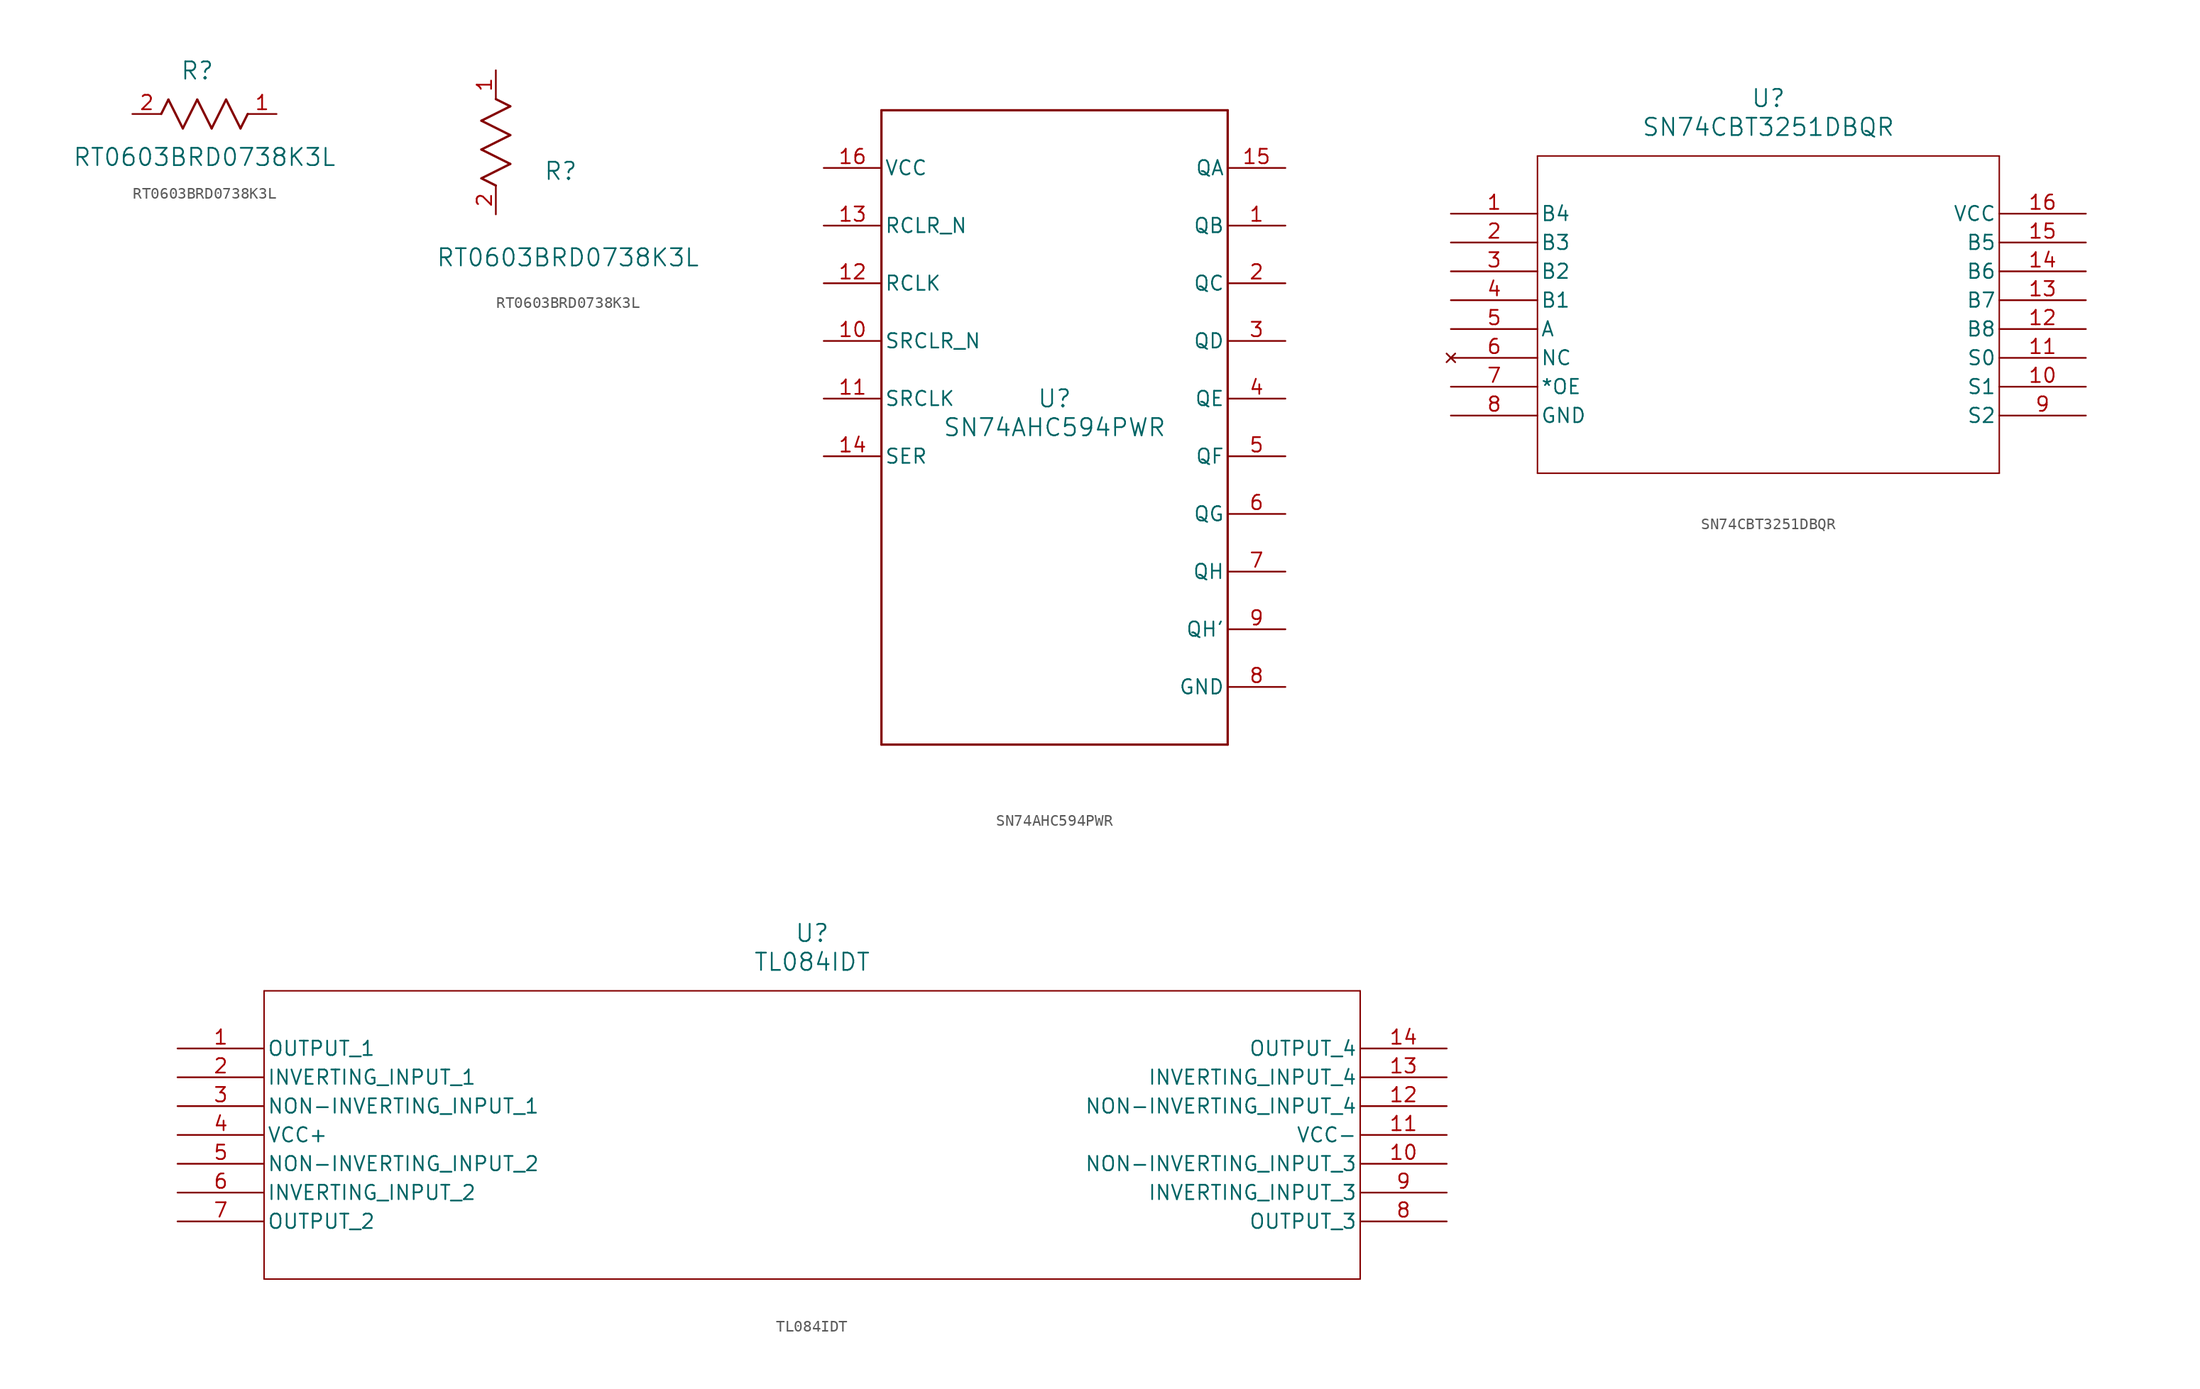
<source format=kicad_sym>
(kicad_symbol_lib
  (version 20231120)
  (generator "kicad_symbol_editor")
  (generator_version "8.0")
  (symbol "RT0603BRD0738K3L"
    (pin_names
      (offset 0.254))
    (property "Reference" "R"
      (at 5.715 3.81 0)
      (effects (font (size 1.524 1.524))))
    (property "Value" "RT0603BRD0738K3L"
      (at 6.35 -3.81 0)
      (effects (font (size 1.524 1.524))))
    (property "ki_locked" ""
      (at 0 0 0)
      (effects (font (size 1.27 1.27))))
    (symbol "RT0603BRD0738K3L_1_1"
      (polyline (pts (xy 2.54 0) (xy 3.175 1.27)) (stroke (width 0.203) (type default)) (fill (type none)))
      (polyline (pts (xy 3.175 1.27) (xy 4.445 -1.27)) (stroke (width 0.203) (type default)) (fill (type none)))
      (polyline (pts (xy 4.445 -1.27) (xy 5.715 1.27)) (stroke (width 0.203) (type default)) (fill (type none)))
      (polyline (pts (xy 5.715 1.27) (xy 6.985 -1.27)) (stroke (width 0.203) (type default)) (fill (type none)))
      (polyline (pts (xy 6.985 -1.27) (xy 8.255 1.27)) (stroke (width 0.203) (type default)) (fill (type none)))
      (polyline (pts (xy 8.255 1.27) (xy 9.525 -1.27)) (stroke (width 0.203) (type default)) (fill (type none)))
      (polyline (pts (xy 9.525 -1.27) (xy 10.16 0)) (stroke (width 0.203) (type default)) (fill (type none)))
      (pin unspecified line (at 12.7 0 180) (length 2.54) (name "" (effects (font (size 1.27 1.27)))) (number "1" (effects (font (size 1.27 1.27)))))
      (pin unspecified line (at 0 0 0) (length 2.54) (name "" (effects (font (size 1.27 1.27)))) (number "2" (effects (font (size 1.27 1.27))))))
    (symbol "RT0603BRD0738K3L_1_2"
      (polyline (pts (xy -1.27 3.175) (xy 1.27 4.445)) (stroke (width 0.203) (type default)) (fill (type none)))
      (polyline (pts (xy -1.27 5.715) (xy 1.27 6.985)) (stroke (width 0.203) (type default)) (fill (type none)))
      (polyline (pts (xy -1.27 8.255) (xy 1.27 9.525)) (stroke (width 0.203) (type default)) (fill (type none)))
      (polyline (pts (xy 0 2.54) (xy -1.27 3.175)) (stroke (width 0.203) (type default)) (fill (type none)))
      (polyline (pts (xy 1.27 4.445) (xy -1.27 5.715)) (stroke (width 0.203) (type default)) (fill (type none)))
      (polyline (pts (xy 1.27 6.985) (xy -1.27 8.255)) (stroke (width 0.203) (type default)) (fill (type none)))
      (polyline (pts (xy 1.27 9.525) (xy 0 10.16)) (stroke (width 0.203) (type default)) (fill (type none)))
      (pin unspecified line (at 0 12.7 270) (length 2.54) (name "" (effects (font (size 1.27 1.27)))) (number "1" (effects (font (size 1.27 1.27)))))
      (pin unspecified line (at 0 0 90) (length 2.54) (name "" (effects (font (size 1.27 1.27)))) (number "2" (effects (font (size 1.27 1.27)))))))
  (symbol "SN74AHC594PWR"
    (pin_names
      (offset 0.254))
    (property "Reference" "U"
      (at 0 2.54 0)
      (effects (font (size 1.524 1.524))))
    (property "Value" "SN74AHC594PWR"
      (at 0 0 0)
      (effects (font (size 1.524 1.524))))
    (property "ki_locked" ""
      (at 0 0 0)
      (effects (font (size 1.27 1.27))))
    (symbol "SN74AHC594PWR_1_1"
      (polyline (pts (xy -15.24 -27.94) (xy 15.24 -27.94)) (stroke (width 0.203) (type default)) (fill (type none)))
      (polyline (pts (xy -15.24 27.94) (xy -15.24 -27.94)) (stroke (width 0.203) (type default)) (fill (type none)))
      (polyline (pts (xy 15.24 -27.94) (xy 15.24 27.94)) (stroke (width 0.203) (type default)) (fill (type none)))
      (polyline (pts (xy 15.24 27.94) (xy -15.24 27.94)) (stroke (width 0.203) (type default)) (fill (type none)))
      (pin tri_state line (at 20.32 17.78 180) (length 5.08) (name "QB" (effects (font (size 1.27 1.27)))) (number "1" (effects (font (size 1.27 1.27)))))
      (pin input line (at -20.32 7.62 0) (length 5.08) (name "SRCLR_N" (effects (font (size 1.27 1.27)))) (number "10" (effects (font (size 1.27 1.27)))))
      (pin input line (at -20.32 2.54 0) (length 5.08) (name "SRCLK" (effects (font (size 1.27 1.27)))) (number "11" (effects (font (size 1.27 1.27)))))
      (pin input line (at -20.32 12.7 0) (length 5.08) (name "RCLK" (effects (font (size 1.27 1.27)))) (number "12" (effects (font (size 1.27 1.27)))))
      (pin input line (at -20.32 17.78 0) (length 5.08) (name "RCLR_N" (effects (font (size 1.27 1.27)))) (number "13" (effects (font (size 1.27 1.27)))))
      (pin input line (at -20.32 -2.54 0) (length 5.08) (name "SER" (effects (font (size 1.27 1.27)))) (number "14" (effects (font (size 1.27 1.27)))))
      (pin tri_state line (at 20.32 22.86 180) (length 5.08) (name "QA" (effects (font (size 1.27 1.27)))) (number "15" (effects (font (size 1.27 1.27)))))
      (pin power_in line (at -20.32 22.86 0) (length 5.08) (name "VCC" (effects (font (size 1.27 1.27)))) (number "16" (effects (font (size 1.27 1.27)))))
      (pin tri_state line (at 20.32 12.7 180) (length 5.08) (name "QC" (effects (font (size 1.27 1.27)))) (number "2" (effects (font (size 1.27 1.27)))))
      (pin tri_state line (at 20.32 7.62 180) (length 5.08) (name "QD" (effects (font (size 1.27 1.27)))) (number "3" (effects (font (size 1.27 1.27)))))
      (pin tri_state line (at 20.32 2.54 180) (length 5.08) (name "QE" (effects (font (size 1.27 1.27)))) (number "4" (effects (font (size 1.27 1.27)))))
      (pin tri_state line (at 20.32 -2.54 180) (length 5.08) (name "QF" (effects (font (size 1.27 1.27)))) (number "5" (effects (font (size 1.27 1.27)))))
      (pin tri_state line (at 20.32 -7.62 180) (length 5.08) (name "QG" (effects (font (size 1.27 1.27)))) (number "6" (effects (font (size 1.27 1.27)))))
      (pin tri_state line (at 20.32 -12.7 180) (length 5.08) (name "QH" (effects (font (size 1.27 1.27)))) (number "7" (effects (font (size 1.27 1.27)))))
      (pin power_in line (at 20.32 -22.86 180) (length 5.08) (name "GND" (effects (font (size 1.27 1.27)))) (number "8" (effects (font (size 1.27 1.27)))))
      (pin output line (at 20.32 -17.78 180) (length 5.08) (name "QH'" (effects (font (size 1.27 1.27)))) (number "9" (effects (font (size 1.27 1.27)))))))
  (symbol "SN74CBT3251DBQR"
    (pin_names
      (offset 0.254))
    (property "Reference" "U"
      (at 27.94 10.16 0)
      (effects (font (size 1.524 1.524))))
    (property "Value" "SN74CBT3251DBQR"
      (at 27.94 7.62 0)
      (effects (font (size 1.524 1.524))))
    (property "ki_locked" ""
      (at 0 0 0)
      (effects (font (size 1.27 1.27))))
    (symbol "SN74CBT3251DBQR_1_1"
      (polyline (pts (xy 7.62 -22.86) (xy 48.26 -22.86)) (stroke (width 0.127) (type default)) (fill (type none)))
      (polyline (pts (xy 7.62 5.08) (xy 7.62 -22.86)) (stroke (width 0.127) (type default)) (fill (type none)))
      (polyline (pts (xy 48.26 -22.86) (xy 48.26 5.08)) (stroke (width 0.127) (type default)) (fill (type none)))
      (polyline (pts (xy 48.26 5.08) (xy 7.62 5.08)) (stroke (width 0.127) (type default)) (fill (type none)))
      (pin bidirectional line (at 0 0 0) (length 7.62) (name "B4" (effects (font (size 1.27 1.27)))) (number "1" (effects (font (size 1.27 1.27)))))
      (pin input line (at 55.88 -15.24 180) (length 7.62) (name "S1" (effects (font (size 1.27 1.27)))) (number "10" (effects (font (size 1.27 1.27)))))
      (pin input line (at 55.88 -12.7 180) (length 7.62) (name "S0" (effects (font (size 1.27 1.27)))) (number "11" (effects (font (size 1.27 1.27)))))
      (pin bidirectional line (at 55.88 -10.16 180) (length 7.62) (name "B8" (effects (font (size 1.27 1.27)))) (number "12" (effects (font (size 1.27 1.27)))))
      (pin bidirectional line (at 55.88 -7.62 180) (length 7.62) (name "B7" (effects (font (size 1.27 1.27)))) (number "13" (effects (font (size 1.27 1.27)))))
      (pin bidirectional line (at 55.88 -5.08 180) (length 7.62) (name "B6" (effects (font (size 1.27 1.27)))) (number "14" (effects (font (size 1.27 1.27)))))
      (pin bidirectional line (at 55.88 -2.54 180) (length 7.62) (name "B5" (effects (font (size 1.27 1.27)))) (number "15" (effects (font (size 1.27 1.27)))))
      (pin power_in line (at 55.88 0 180) (length 7.62) (name "VCC" (effects (font (size 1.27 1.27)))) (number "16" (effects (font (size 1.27 1.27)))))
      (pin bidirectional line (at 0 -2.54 0) (length 7.62) (name "B3" (effects (font (size 1.27 1.27)))) (number "2" (effects (font (size 1.27 1.27)))))
      (pin bidirectional line (at 0 -5.08 0) (length 7.62) (name "B2" (effects (font (size 1.27 1.27)))) (number "3" (effects (font (size 1.27 1.27)))))
      (pin bidirectional line (at 0 -7.62 0) (length 7.62) (name "B1" (effects (font (size 1.27 1.27)))) (number "4" (effects (font (size 1.27 1.27)))))
      (pin bidirectional line (at 0 -10.16 0) (length 7.62) (name "A" (effects (font (size 1.27 1.27)))) (number "5" (effects (font (size 1.27 1.27)))))
      (pin no_connect line (at 0 -12.7 0) (length 7.62) (name "NC" (effects (font (size 1.27 1.27)))) (number "6" (effects (font (size 1.27 1.27)))))
      (pin input line (at 0 -15.24 0) (length 7.62) (name "*OE" (effects (font (size 1.27 1.27)))) (number "7" (effects (font (size 1.27 1.27)))))
      (pin power_in line (at 0 -17.78 0) (length 7.62) (name "GND" (effects (font (size 1.27 1.27)))) (number "8" (effects (font (size 1.27 1.27)))))
      (pin input line (at 55.88 -17.78 180) (length 7.62) (name "S2" (effects (font (size 1.27 1.27)))) (number "9" (effects (font (size 1.27 1.27)))))))
  (symbol "TL084IDT"
    (pin_names
      (offset 0.254))
    (property "Reference" "U"
      (at 55.88 10.16 0)
      (effects (font (size 1.524 1.524))))
    (property "Value" "TL084IDT"
      (at 55.88 7.62 0)
      (effects (font (size 1.524 1.524))))
    (property "ki_locked" ""
      (at 0 0 0)
      (effects (font (size 1.27 1.27))))
    (symbol "TL084IDT_0_1"
      (polyline (pts (xy 7.62 -20.32) (xy 104.14 -20.32)) (stroke (width 0.127) (type default)) (fill (type none)))
      (polyline (pts (xy 7.62 5.08) (xy 7.62 -20.32)) (stroke (width 0.127) (type default)) (fill (type none)))
      (polyline (pts (xy 104.14 -20.32) (xy 104.14 5.08)) (stroke (width 0.127) (type default)) (fill (type none)))
      (polyline (pts (xy 104.14 5.08) (xy 7.62 5.08)) (stroke (width 0.127) (type default)) (fill (type none)))
      (pin output line (at 0 0 0) (length 7.62) (name "OUTPUT_1" (effects (font (size 1.27 1.27)))) (number "1" (effects (font (size 1.27 1.27)))))
      (pin input line (at 111.76 -10.16 180) (length 7.62) (name "NON-INVERTING_INPUT_3" (effects (font (size 1.27 1.27)))) (number "10" (effects (font (size 1.27 1.27)))))
      (pin power_in line (at 111.76 -7.62 180) (length 7.62) (name "VCC-" (effects (font (size 1.27 1.27)))) (number "11" (effects (font (size 1.27 1.27)))))
      (pin input line (at 111.76 -5.08 180) (length 7.62) (name "NON-INVERTING_INPUT_4" (effects (font (size 1.27 1.27)))) (number "12" (effects (font (size 1.27 1.27)))))
      (pin input line (at 111.76 -2.54 180) (length 7.62) (name "INVERTING_INPUT_4" (effects (font (size 1.27 1.27)))) (number "13" (effects (font (size 1.27 1.27)))))
      (pin output line (at 111.76 0 180) (length 7.62) (name "OUTPUT_4" (effects (font (size 1.27 1.27)))) (number "14" (effects (font (size 1.27 1.27)))))
      (pin input line (at 0 -2.54 0) (length 7.62) (name "INVERTING_INPUT_1" (effects (font (size 1.27 1.27)))) (number "2" (effects (font (size 1.27 1.27)))))
      (pin input line (at 0 -5.08 0) (length 7.62) (name "NON-INVERTING_INPUT_1" (effects (font (size 1.27 1.27)))) (number "3" (effects (font (size 1.27 1.27)))))
      (pin power_in line (at 0 -7.62 0) (length 7.62) (name "VCC+" (effects (font (size 1.27 1.27)))) (number "4" (effects (font (size 1.27 1.27)))))
      (pin input line (at 0 -10.16 0) (length 7.62) (name "NON-INVERTING_INPUT_2" (effects (font (size 1.27 1.27)))) (number "5" (effects (font (size 1.27 1.27)))))
      (pin input line (at 0 -12.7 0) (length 7.62) (name "INVERTING_INPUT_2" (effects (font (size 1.27 1.27)))) (number "6" (effects (font (size 1.27 1.27)))))
      (pin output line (at 0 -15.24 0) (length 7.62) (name "OUTPUT_2" (effects (font (size 1.27 1.27)))) (number "7" (effects (font (size 1.27 1.27)))))
      (pin output line (at 111.76 -15.24 180) (length 7.62) (name "OUTPUT_3" (effects (font (size 1.27 1.27)))) (number "8" (effects (font (size 1.27 1.27)))))
      (pin input line (at 111.76 -12.7 180) (length 7.62) (name "INVERTING_INPUT_3" (effects (font (size 1.27 1.27)))) (number "9" (effects (font (size 1.27 1.27))))))))
</source>
